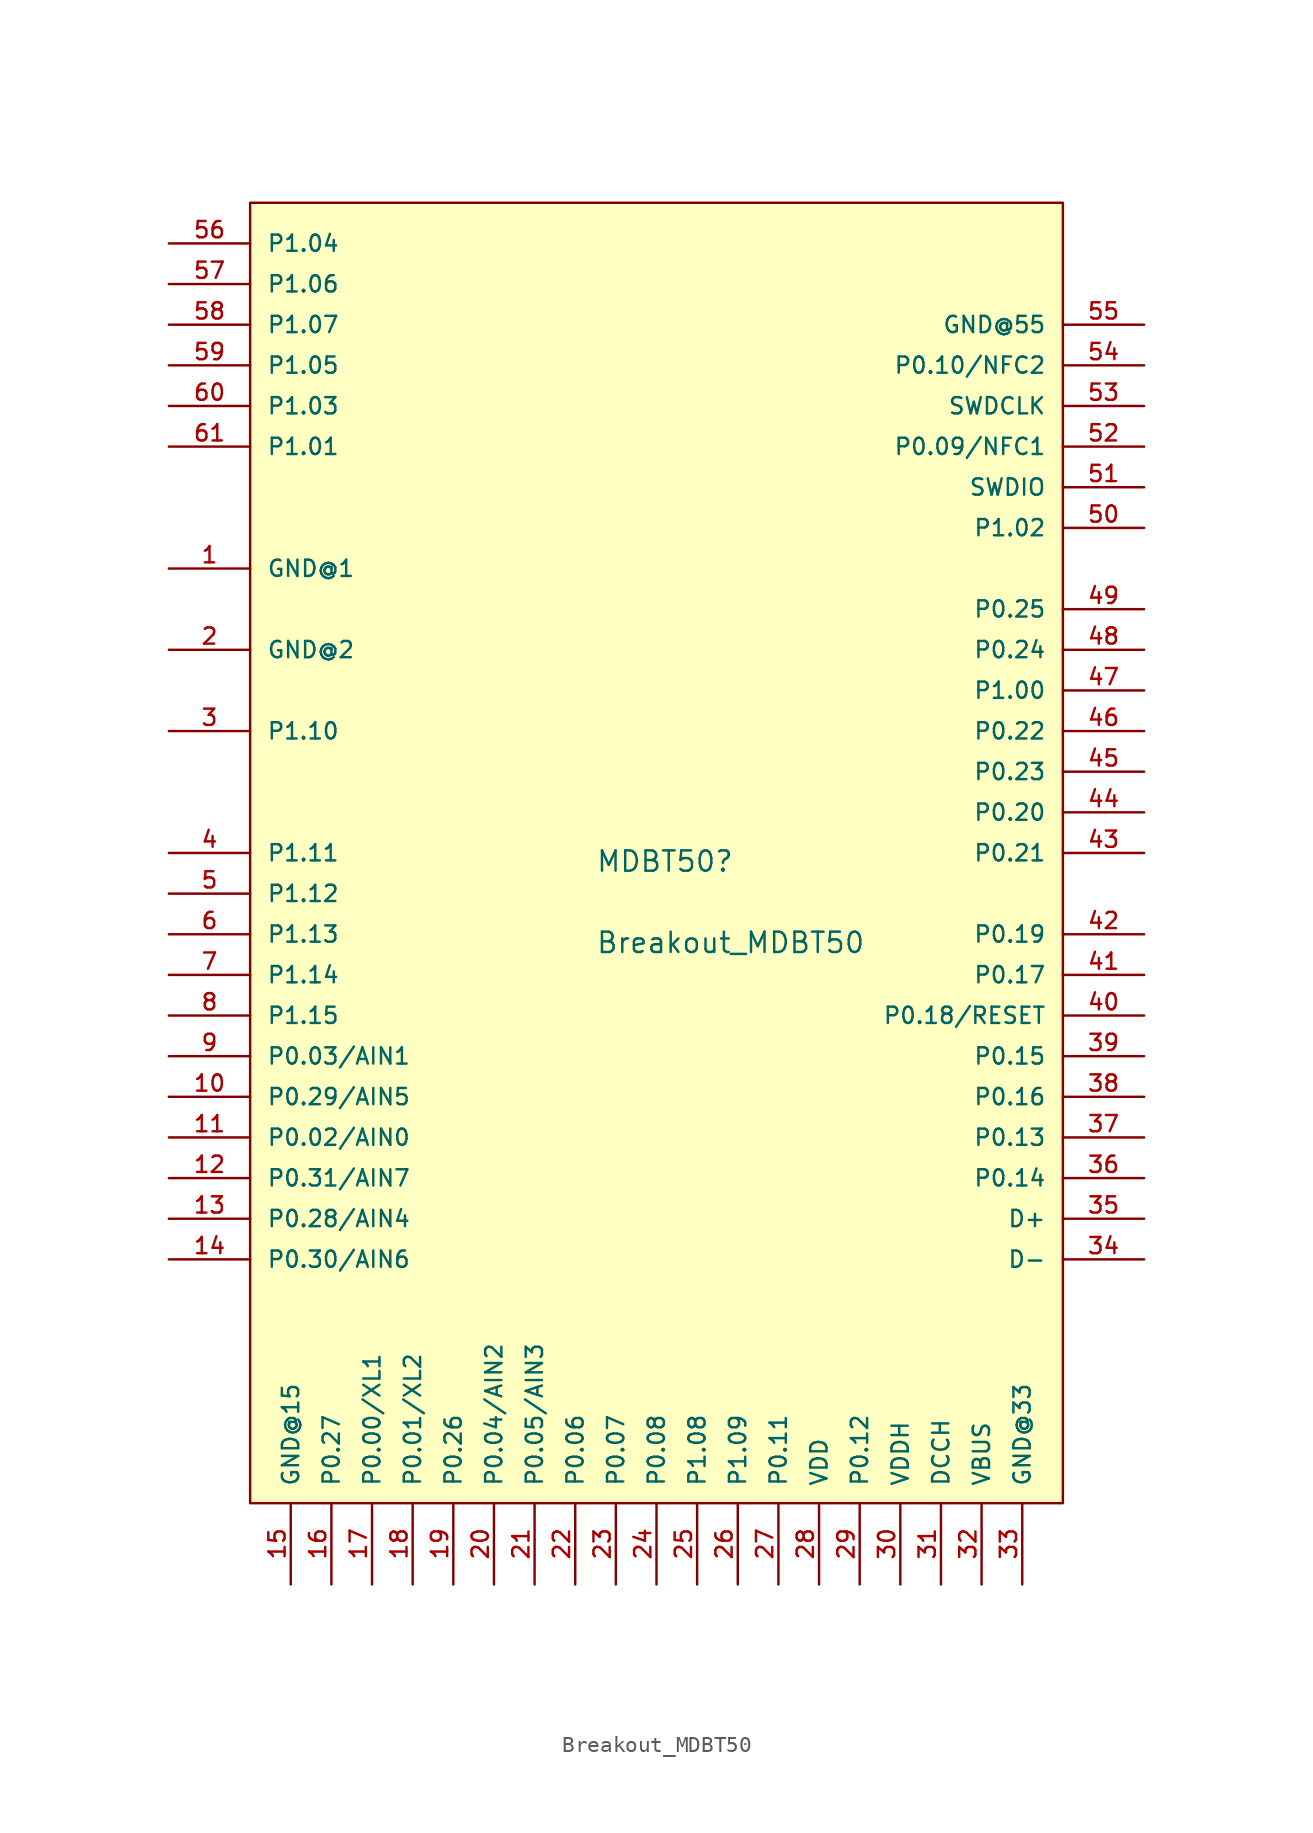
<source format=kicad_sym>
(kicad_symbol_lib
  (version 20220914)
  (generator kicad_symbol_editor)
  (symbol "Breakout_MDBT50"
    (pin_names
      (offset 1.016))
    (property "Reference" "MDBT50"
      (at -3.81 2.54 0)
      (effects (font (size 1.27 1.27)) (justify left bottom)))
    (property "Value" "Breakout_MDBT50"
      (at -3.81 -2.54 0)
      (effects (font (size 1.27 1.27)) (justify left bottom)))
    (property "ki_locked" ""
      (at 0 0 0)
      (effects (font (size 1.27 1.27))))
    (symbol "Breakout_MDBT50_0_0"
      (pin bidirectional line (at -30.48 21.59 0) (length 5.08) (name "GND@1" (effects (font (size 1.016 1.016)))) (number "1" (effects (font (size 1.016 1.016)))))
      (pin bidirectional line (at -30.48 -11.43 0) (length 5.08) (name "P0.29/AIN5" (effects (font (size 1.016 1.016)))) (number "10" (effects (font (size 1.016 1.016)))))
      (pin bidirectional line (at -30.48 -13.97 0) (length 5.08) (name "P0.02/AIN0" (effects (font (size 1.016 1.016)))) (number "11" (effects (font (size 1.016 1.016)))))
      (pin bidirectional line (at -30.48 -16.51 0) (length 5.08) (name "P0.31/AIN7" (effects (font (size 1.016 1.016)))) (number "12" (effects (font (size 1.016 1.016)))))
      (pin bidirectional line (at -30.48 -19.05 0) (length 5.08) (name "P0.28/AIN4" (effects (font (size 1.016 1.016)))) (number "13" (effects (font (size 1.016 1.016)))))
      (pin bidirectional line (at -30.48 -21.59 0) (length 5.08) (name "P0.30/AIN6" (effects (font (size 1.016 1.016)))) (number "14" (effects (font (size 1.016 1.016)))))
      (pin bidirectional line (at -22.86 -41.91 90) (length 5.08) (name "GND@15" (effects (font (size 1.016 1.016)))) (number "15" (effects (font (size 1.016 1.016)))))
      (pin bidirectional line (at -20.32 -41.91 90) (length 5.08) (name "P0.27" (effects (font (size 1.016 1.016)))) (number "16" (effects (font (size 1.016 1.016)))))
      (pin bidirectional line (at -17.78 -41.91 90) (length 5.08) (name "P0.00/XL1" (effects (font (size 1.016 1.016)))) (number "17" (effects (font (size 1.016 1.016)))))
      (pin bidirectional line (at -15.24 -41.91 90) (length 5.08) (name "P0.01/XL2" (effects (font (size 1.016 1.016)))) (number "18" (effects (font (size 1.016 1.016)))))
      (pin bidirectional line (at -12.7 -41.91 90) (length 5.08) (name "P0.26" (effects (font (size 1.016 1.016)))) (number "19" (effects (font (size 1.016 1.016)))))
      (pin bidirectional line (at -30.48 16.51 0) (length 5.08) (name "GND@2" (effects (font (size 1.016 1.016)))) (number "2" (effects (font (size 1.016 1.016)))))
      (pin bidirectional line (at -10.16 -41.91 90) (length 5.08) (name "P0.04/AIN2" (effects (font (size 1.016 1.016)))) (number "20" (effects (font (size 1.016 1.016)))))
      (pin bidirectional line (at -7.62 -41.91 90) (length 5.08) (name "P0.05/AIN3" (effects (font (size 1.016 1.016)))) (number "21" (effects (font (size 1.016 1.016)))))
      (pin bidirectional line (at -5.08 -41.91 90) (length 5.08) (name "P0.06" (effects (font (size 1.016 1.016)))) (number "22" (effects (font (size 1.016 1.016)))))
      (pin bidirectional line (at -2.54 -41.91 90) (length 5.08) (name "P0.07" (effects (font (size 1.016 1.016)))) (number "23" (effects (font (size 1.016 1.016)))))
      (pin bidirectional line (at 0 -41.91 90) (length 5.08) (name "P0.08" (effects (font (size 1.016 1.016)))) (number "24" (effects (font (size 1.016 1.016)))))
      (pin bidirectional line (at 2.54 -41.91 90) (length 5.08) (name "P1.08" (effects (font (size 1.016 1.016)))) (number "25" (effects (font (size 1.016 1.016)))))
      (pin bidirectional line (at 5.08 -41.91 90) (length 5.08) (name "P1.09" (effects (font (size 1.016 1.016)))) (number "26" (effects (font (size 1.016 1.016)))))
      (pin bidirectional line (at 7.62 -41.91 90) (length 5.08) (name "P0.11" (effects (font (size 1.016 1.016)))) (number "27" (effects (font (size 1.016 1.016)))))
      (pin bidirectional line (at 10.16 -41.91 90) (length 5.08) (name "VDD" (effects (font (size 1.016 1.016)))) (number "28" (effects (font (size 1.016 1.016)))))
      (pin bidirectional line (at 12.7 -41.91 90) (length 5.08) (name "P0.12" (effects (font (size 1.016 1.016)))) (number "29" (effects (font (size 1.016 1.016)))))
      (pin bidirectional line (at -30.48 11.43 0) (length 5.08) (name "P1.10" (effects (font (size 1.016 1.016)))) (number "3" (effects (font (size 1.016 1.016)))))
      (pin bidirectional line (at 15.24 -41.91 90) (length 5.08) (name "VDDH" (effects (font (size 1.016 1.016)))) (number "30" (effects (font (size 1.016 1.016)))))
      (pin bidirectional line (at 17.78 -41.91 90) (length 5.08) (name "DCCH" (effects (font (size 1.016 1.016)))) (number "31" (effects (font (size 1.016 1.016)))))
      (pin bidirectional line (at 20.32 -41.91 90) (length 5.08) (name "VBUS" (effects (font (size 1.016 1.016)))) (number "32" (effects (font (size 1.016 1.016)))))
      (pin bidirectional line (at 22.86 -41.91 90) (length 5.08) (name "GND@33" (effects (font (size 1.016 1.016)))) (number "33" (effects (font (size 1.016 1.016)))))
      (pin bidirectional line (at 30.48 -21.59 180) (length 5.08) (name "D-" (effects (font (size 1.016 1.016)))) (number "34" (effects (font (size 1.016 1.016)))))
      (pin bidirectional line (at 30.48 -19.05 180) (length 5.08) (name "D+" (effects (font (size 1.016 1.016)))) (number "35" (effects (font (size 1.016 1.016)))))
      (pin bidirectional line (at 30.48 -16.51 180) (length 5.08) (name "P0.14" (effects (font (size 1.016 1.016)))) (number "36" (effects (font (size 1.016 1.016)))))
      (pin bidirectional line (at 30.48 -13.97 180) (length 5.08) (name "P0.13" (effects (font (size 1.016 1.016)))) (number "37" (effects (font (size 1.016 1.016)))))
      (pin bidirectional line (at 30.48 -11.43 180) (length 5.08) (name "P0.16" (effects (font (size 1.016 1.016)))) (number "38" (effects (font (size 1.016 1.016)))))
      (pin bidirectional line (at 30.48 -8.89 180) (length 5.08) (name "P0.15" (effects (font (size 1.016 1.016)))) (number "39" (effects (font (size 1.016 1.016)))))
      (pin bidirectional line (at -30.48 3.81 0) (length 5.08) (name "P1.11" (effects (font (size 1.016 1.016)))) (number "4" (effects (font (size 1.016 1.016)))))
      (pin bidirectional line (at 30.48 -6.35 180) (length 5.08) (name "P0.18/RESET" (effects (font (size 1.016 1.016)))) (number "40" (effects (font (size 1.016 1.016)))))
      (pin bidirectional line (at 30.48 -3.81 180) (length 5.08) (name "P0.17" (effects (font (size 1.016 1.016)))) (number "41" (effects (font (size 1.016 1.016)))))
      (pin bidirectional line (at 30.48 -1.27 180) (length 5.08) (name "P0.19" (effects (font (size 1.016 1.016)))) (number "42" (effects (font (size 1.016 1.016)))))
      (pin bidirectional line (at 30.48 3.81 180) (length 5.08) (name "P0.21" (effects (font (size 1.016 1.016)))) (number "43" (effects (font (size 1.016 1.016)))))
      (pin bidirectional line (at 30.48 6.35 180) (length 5.08) (name "P0.20" (effects (font (size 1.016 1.016)))) (number "44" (effects (font (size 1.016 1.016)))))
      (pin bidirectional line (at 30.48 8.89 180) (length 5.08) (name "P0.23" (effects (font (size 1.016 1.016)))) (number "45" (effects (font (size 1.016 1.016)))))
      (pin bidirectional line (at 30.48 11.43 180) (length 5.08) (name "P0.22" (effects (font (size 1.016 1.016)))) (number "46" (effects (font (size 1.016 1.016)))))
      (pin bidirectional line (at 30.48 13.97 180) (length 5.08) (name "P1.00" (effects (font (size 1.016 1.016)))) (number "47" (effects (font (size 1.016 1.016)))))
      (pin bidirectional line (at 30.48 16.51 180) (length 5.08) (name "P0.24" (effects (font (size 1.016 1.016)))) (number "48" (effects (font (size 1.016 1.016)))))
      (pin bidirectional line (at 30.48 19.05 180) (length 5.08) (name "P0.25" (effects (font (size 1.016 1.016)))) (number "49" (effects (font (size 1.016 1.016)))))
      (pin bidirectional line (at -30.48 1.27 0) (length 5.08) (name "P1.12" (effects (font (size 1.016 1.016)))) (number "5" (effects (font (size 1.016 1.016)))))
      (pin bidirectional line (at 30.48 24.13 180) (length 5.08) (name "P1.02" (effects (font (size 1.016 1.016)))) (number "50" (effects (font (size 1.016 1.016)))))
      (pin bidirectional line (at 30.48 26.67 180) (length 5.08) (name "SWDIO" (effects (font (size 1.016 1.016)))) (number "51" (effects (font (size 1.016 1.016)))))
      (pin bidirectional line (at 30.48 29.21 180) (length 5.08) (name "P0.09/NFC1" (effects (font (size 1.016 1.016)))) (number "52" (effects (font (size 1.016 1.016)))))
      (pin bidirectional line (at 30.48 31.75 180) (length 5.08) (name "SWDCLK" (effects (font (size 1.016 1.016)))) (number "53" (effects (font (size 1.016 1.016)))))
      (pin bidirectional line (at 30.48 34.29 180) (length 5.08) (name "P0.10/NFC2" (effects (font (size 1.016 1.016)))) (number "54" (effects (font (size 1.016 1.016)))))
      (pin bidirectional line (at 30.48 36.83 180) (length 5.08) (name "GND@55" (effects (font (size 1.016 1.016)))) (number "55" (effects (font (size 1.016 1.016)))))
      (pin bidirectional line (at -30.48 41.91 0) (length 5.08) (name "P1.04" (effects (font (size 1.016 1.016)))) (number "56" (effects (font (size 1.016 1.016)))))
      (pin bidirectional line (at -30.48 39.37 0) (length 5.08) (name "P1.06" (effects (font (size 1.016 1.016)))) (number "57" (effects (font (size 1.016 1.016)))))
      (pin bidirectional line (at -30.48 36.83 0) (length 5.08) (name "P1.07" (effects (font (size 1.016 1.016)))) (number "58" (effects (font (size 1.016 1.016)))))
      (pin bidirectional line (at -30.48 34.29 0) (length 5.08) (name "P1.05" (effects (font (size 1.016 1.016)))) (number "59" (effects (font (size 1.016 1.016)))))
      (pin bidirectional line (at -30.48 -1.27 0) (length 5.08) (name "P1.13" (effects (font (size 1.016 1.016)))) (number "6" (effects (font (size 1.016 1.016)))))
      (pin bidirectional line (at -30.48 31.75 0) (length 5.08) (name "P1.03" (effects (font (size 1.016 1.016)))) (number "60" (effects (font (size 1.016 1.016)))))
      (pin bidirectional line (at -30.48 29.21 0) (length 5.08) (name "P1.01" (effects (font (size 1.016 1.016)))) (number "61" (effects (font (size 1.016 1.016)))))
      (pin bidirectional line (at -30.48 -3.81 0) (length 5.08) (name "P1.14" (effects (font (size 1.016 1.016)))) (number "7" (effects (font (size 1.016 1.016)))))
      (pin bidirectional line (at -30.48 -6.35 0) (length 5.08) (name "P1.15" (effects (font (size 1.016 1.016)))) (number "8" (effects (font (size 1.016 1.016)))))
      (pin bidirectional line (at -30.48 -8.89 0) (length 5.08) (name "P0.03/AIN1" (effects (font (size 1.016 1.016)))) (number "9" (effects (font (size 1.016 1.016))))))
    (symbol "Breakout_MDBT50_1_1"
      (rectangle (start 25.4 -36.83) (end -25.4 44.45) (stroke (width 0) (type default)) (fill (type background))))))
</source>
